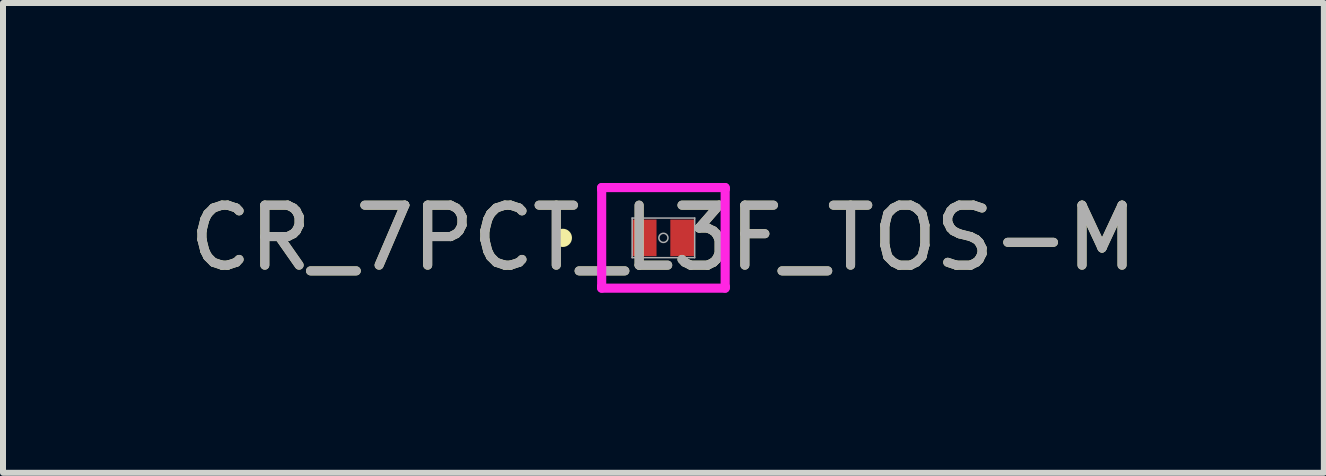
<source format=kicad_pcb>
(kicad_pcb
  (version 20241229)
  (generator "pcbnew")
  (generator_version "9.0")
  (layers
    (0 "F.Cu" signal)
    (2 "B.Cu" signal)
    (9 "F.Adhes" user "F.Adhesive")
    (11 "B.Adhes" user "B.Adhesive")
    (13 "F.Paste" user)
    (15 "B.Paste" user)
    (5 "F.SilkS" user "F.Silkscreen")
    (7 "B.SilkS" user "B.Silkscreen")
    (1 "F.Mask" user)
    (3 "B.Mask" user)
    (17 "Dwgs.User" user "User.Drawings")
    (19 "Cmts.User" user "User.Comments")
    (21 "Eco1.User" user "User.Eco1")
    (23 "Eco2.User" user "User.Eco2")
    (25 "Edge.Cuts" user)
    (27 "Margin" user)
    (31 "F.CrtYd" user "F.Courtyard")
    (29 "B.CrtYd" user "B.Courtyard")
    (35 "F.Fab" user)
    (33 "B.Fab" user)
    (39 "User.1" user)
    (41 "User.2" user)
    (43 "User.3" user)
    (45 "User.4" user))
  (footprint "CR_7PCT_L3F_TOS-M"
    (layer "F.Cu")
    (at 8.006 0.914)
    (property "Reference" "CR_7PCT_L3F_TOS-M" (at 0 0 0) (unlocked yes) (layer "F.SilkS") (effects (font (size 1 1) (thickness 0.15))))
    (attr smd)
    (fp_circle (center -1.676 0) (end -1.6 0) (stroke (width 0.152) (type solid)) (fill no) (layer "F.SilkS"))
    (fp_line (start -1.029 -0.838) (end 1.029 -0.838) (stroke (width 0.152) (type solid)) (layer "F.CrtYd"))
    (fp_line (start -1.029 -0.813) (end -1.029 -0.838) (stroke (width 0.152) (type solid)) (layer "F.CrtYd"))
    (fp_line (start -1.029 -0.813) (end -1.029 -0.813) (stroke (width 0.152) (type solid)) (layer "F.CrtYd"))
    (fp_line (start -1.029 0.813) (end -1.029 -0.813) (stroke (width 0.152) (type solid)) (layer "F.CrtYd"))
    (fp_line (start -1.029 0.813) (end -1.029 0.813) (stroke (width 0.152) (type solid)) (layer "F.CrtYd"))
    (fp_line (start -1.029 0.838) (end -1.029 0.813) (stroke (width 0.152) (type solid)) (layer "F.CrtYd"))
    (fp_line (start 1.029 -0.838) (end 1.029 -0.813) (stroke (width 0.152) (type solid)) (layer "F.CrtYd"))
    (fp_line (start 1.029 -0.813) (end 1.029 -0.813) (stroke (width 0.152) (type solid)) (layer "F.CrtYd"))
    (fp_line (start 1.029 -0.813) (end 1.029 0.813) (stroke (width 0.152) (type solid)) (layer "F.CrtYd"))
    (fp_line (start 1.029 0.813) (end 1.029 0.813) (stroke (width 0.152) (type solid)) (layer "F.CrtYd"))
    (fp_line (start 1.029 0.813) (end 1.029 0.838) (stroke (width 0.152) (type solid)) (layer "F.CrtYd"))
    (fp_line (start 1.029 0.838) (end -1.029 0.838) (stroke (width 0.152) (type solid)) (layer "F.CrtYd"))
    (fp_line (start -0.521 -0.33) (end -0.521 0.33) (stroke (width 0.025) (type solid)) (layer "F.Fab"))
    (fp_line (start -0.521 0.33) (end 0.521 0.33) (stroke (width 0.025) (type solid)) (layer "F.Fab"))
    (fp_line (start 0.521 -0.33) (end -0.521 -0.33) (stroke (width 0.025) (type solid)) (layer "F.Fab"))
    (fp_line (start 0.521 0.33) (end 0.521 -0.33) (stroke (width 0.025) (type solid)) (layer "F.Fab"))
    (fp_circle (center 0 0) (end 0.076 0) (stroke (width 0.025) (type solid)) (fill no) (layer "F.Fab"))
    (fp_text user "${REFERENCE}" (at 0 0 0) (unlocked yes) (layer "F.Fab") (effects (font (size 1 1) (thickness 0.15))))
    (pad "1" smd rect (at -0.318 0) (size 0.406 0.61) (layers "F.Cu" "F.Mask" "F.Paste"))
    (pad "2" smd rect (at 0.318 0) (size 0.406 0.61) (layers "F.Cu" "F.Mask" "F.Paste")))
  (gr_rect
    (start -3 -3)
    (end 19.012 4.829)
    (stroke (width 0.1) (type default))
    (fill no)
    (layer "Edge.Cuts")))
</source>
